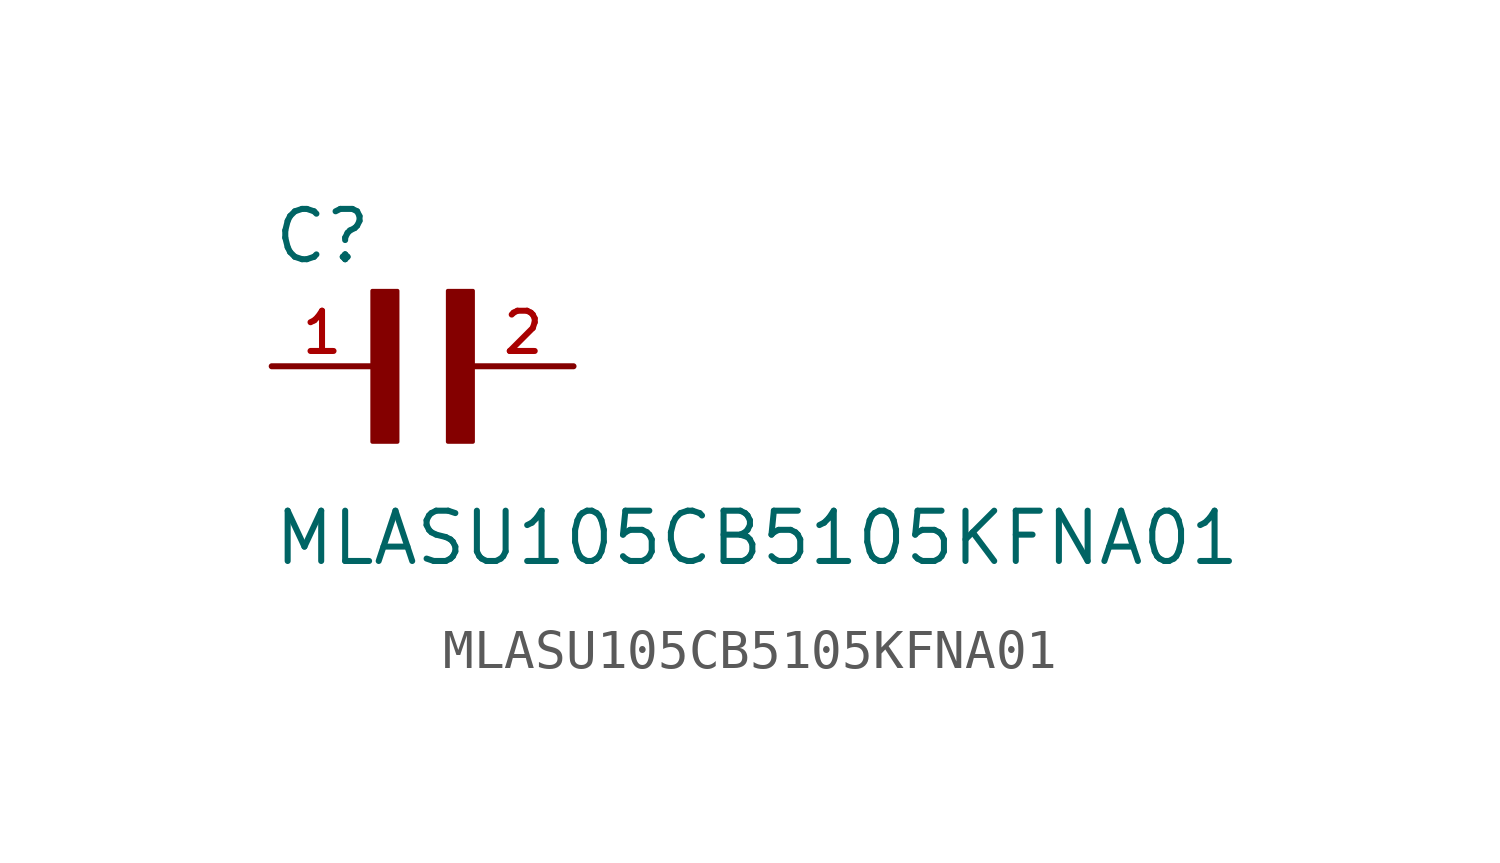
<source format=kicad_sym>
(kicad_symbol_lib
  (version 20211014)
  (generator kicad_symbol_editor)
  (symbol "MLASU105CB5105KFNA01"
    (pin_names
      (offset 1.016))
    (property "Reference" "C"
      (at -2.54 2.54 0)
      (effects (font (size 1.27 1.27)) (justify bottom left)))
    (property "Value" "MLASU105CB5105KFNA01"
      (at -2.54 -5.08 0)
      (effects (font (size 1.27 1.27)) (justify bottom left)))
    (symbol "MLASU105CB5105KFNA01_0_0"
      (rectangle (start 0.0 -1.907) (end 0.635 1.905) (stroke (width 0.1)) (fill (type outline)))
      (rectangle (start 1.907 -1.907) (end 2.54 1.905) (stroke (width 0.1)) (fill (type outline)))
      (pin passive line (at -2.54 0.0 0) (length 2.54) (name "~" (effects (font (size 1.016 1.016)))) (number "1" (effects (font (size 1.016 1.016)))))
      (pin passive line (at 5.08 0.0 180.0) (length 2.54) (name "~" (effects (font (size 1.016 1.016)))) (number "2" (effects (font (size 1.016 1.016))))))))
</source>
